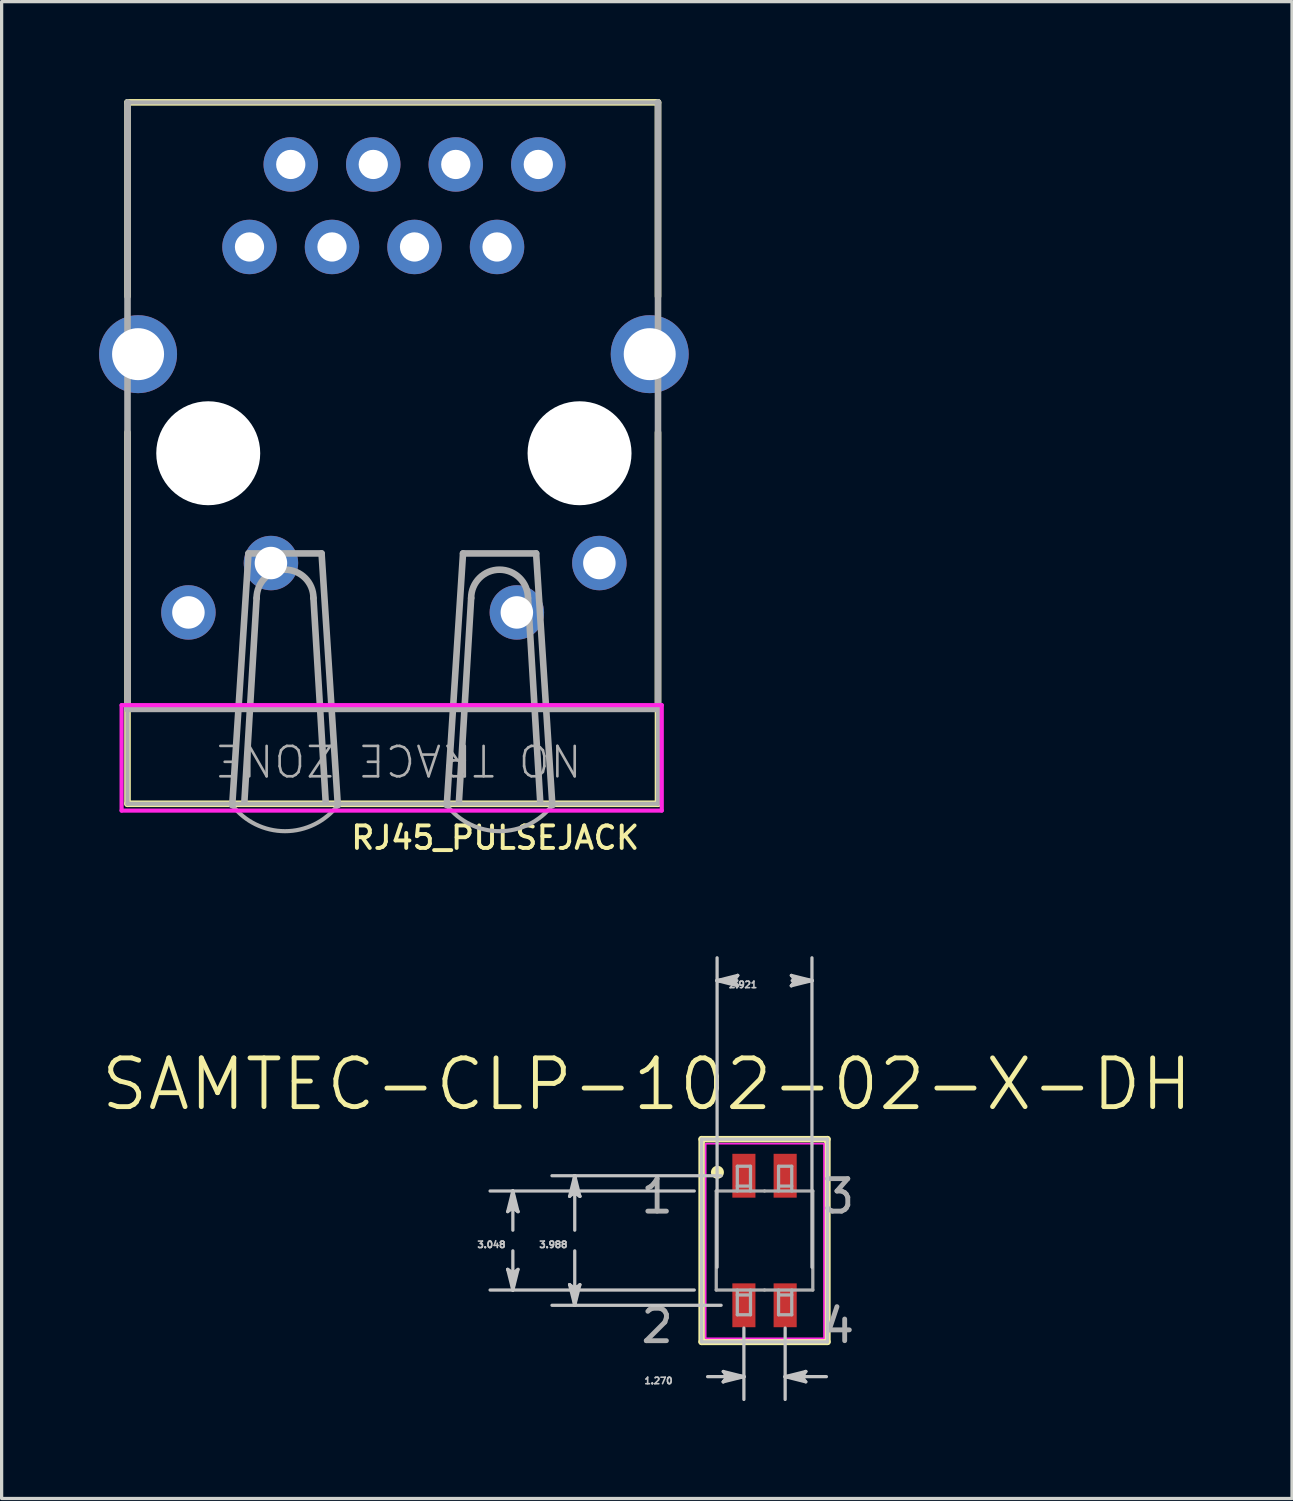
<source format=kicad_pcb>
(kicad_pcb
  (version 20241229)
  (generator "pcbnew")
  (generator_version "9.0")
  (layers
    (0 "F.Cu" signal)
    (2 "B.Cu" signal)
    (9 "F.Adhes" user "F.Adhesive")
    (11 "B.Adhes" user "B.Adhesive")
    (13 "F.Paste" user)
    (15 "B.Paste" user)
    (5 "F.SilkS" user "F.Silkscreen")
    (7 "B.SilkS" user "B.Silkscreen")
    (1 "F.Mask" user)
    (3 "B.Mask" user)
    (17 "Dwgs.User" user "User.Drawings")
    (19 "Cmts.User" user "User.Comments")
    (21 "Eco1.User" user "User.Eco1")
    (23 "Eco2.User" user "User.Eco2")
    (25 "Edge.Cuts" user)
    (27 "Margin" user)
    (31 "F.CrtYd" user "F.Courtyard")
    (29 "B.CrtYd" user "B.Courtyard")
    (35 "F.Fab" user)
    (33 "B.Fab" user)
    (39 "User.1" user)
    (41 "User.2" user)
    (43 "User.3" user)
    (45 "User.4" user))
  (footprint "RJ45_PULSEJACK"
    (layer "F.Cu")
    (at 9.075 11.702)
    (property "Reference" "RJ45_PULSEJACK" (at 7.62 10.63 0) (unlocked yes) (layer "F.SilkS") (effects (font (size 0.693 0.693) (thickness 0.12)) (justify right top)))
    (fp_line (start -8.2 -5.63) (end -8.2 -11.6) (stroke (width 0.203) (type solid)) (layer "F.SilkS"))
    (fp_line (start -8.2 7.07) (end -8.2 -1.44) (stroke (width 0.203) (type solid)) (layer "F.SilkS"))
    (fp_line (start -8.2 9.99) (end -8.2 7.07) (stroke (width 0.203) (type solid)) (layer "F.SilkS"))
    (fp_line (start 8.13 -11.6) (end -8.2 -11.6) (stroke (width 0.203) (type solid)) (layer "F.SilkS"))
    (fp_line (start 8.13 -5.63) (end 8.13 -11.6) (stroke (width 0.203) (type solid)) (layer "F.SilkS"))
    (fp_line (start 8.13 7.07) (end 8.13 -1.44) (stroke (width 0.203) (type solid)) (layer "F.SilkS"))
    (fp_line (start 8.13 9.99) (end -8.2 9.99) (stroke (width 0.203) (type solid)) (layer "F.SilkS"))
    (fp_line (start 8.13 9.99) (end 8.13 7.07) (stroke (width 0.203) (type solid)) (layer "F.SilkS"))
    (fp_line (start -8.382 6.954) (end 8.246 6.954) (stroke (width 0.127) (type solid)) (layer "F.CrtYd"))
    (fp_line (start -8.382 10.2) (end -8.382 6.954) (stroke (width 0.127) (type solid)) (layer "F.CrtYd"))
    (fp_line (start 8.246 6.954) (end 8.246 10.2) (stroke (width 0.127) (type solid)) (layer "F.CrtYd"))
    (fp_line (start 8.246 10.2) (end -8.382 10.2) (stroke (width 0.127) (type solid)) (layer "F.CrtYd"))
    (fp_line (start -8.2 7.07) (end -8.2 -11.6) (stroke (width 0.203) (type solid)) (layer "F.Fab"))
    (fp_line (start -8.2 9.99) (end -8.2 7.07) (stroke (width 0.127) (type solid)) (layer "F.Fab"))
    (fp_line (start -4.976 10.034) (end -4.476 2.284) (stroke (width 0.203) (type solid)) (layer "F.Fab"))
    (fp_line (start -4.601 9.909) (end -4.226 3.659) (stroke (width 0.203) (type solid)) (layer "F.Fab"))
    (fp_line (start -4.476 2.284) (end -2.226 2.284) (stroke (width 0.203) (type solid)) (layer "F.Fab"))
    (fp_line (start -2.101 9.909) (end -2.476 3.659) (stroke (width 0.203) (type solid)) (layer "F.Fab"))
    (fp_line (start -1.726 10.034) (end -2.226 2.284) (stroke (width 0.203) (type solid)) (layer "F.Fab"))
    (fp_line (start 1.628 10.034) (end 2.128 2.284) (stroke (width 0.203) (type solid)) (layer "F.Fab"))
    (fp_line (start 2.003 9.909) (end 2.378 3.659) (stroke (width 0.203) (type solid)) (layer "F.Fab"))
    (fp_line (start 2.128 2.284) (end 4.378 2.284) (stroke (width 0.203) (type solid)) (layer "F.Fab"))
    (fp_line (start 4.503 9.909) (end 4.128 3.659) (stroke (width 0.203) (type solid)) (layer "F.Fab"))
    (fp_line (start 4.878 10.034) (end 4.378 2.284) (stroke (width 0.203) (type solid)) (layer "F.Fab"))
    (fp_line (start 8.13 -11.6) (end -8.2 -11.6) (stroke (width 0.127) (type solid)) (layer "F.Fab"))
    (fp_line (start 8.13 7.07) (end -8.2 7.07) (stroke (width 0.203) (type solid)) (layer "F.Fab"))
    (fp_line (start 8.13 7.07) (end 8.13 -11.6) (stroke (width 0.203) (type solid)) (layer "F.Fab"))
    (fp_line (start 8.13 9.99) (end -8.2 9.99) (stroke (width 0.127) (type solid)) (layer "F.Fab"))
    (fp_line (start 8.13 9.99) (end 8.13 7.07) (stroke (width 0.127) (type solid)) (layer "F.Fab"))
    (fp_arc (start -4.226 3.659) (mid -3.351 2.784) (end -2.476 3.659) (stroke (width 0.2032) (type solid)) (layer "F.Fab"))
    (fp_arc (start -1.726 10.034) (mid -3.351 10.834152) (end -4.976 10.034) (stroke (width 0.127) (type solid)) (layer "F.Fab"))
    (fp_arc (start 2.378 3.659) (mid 3.253 2.784) (end 4.128 3.659) (stroke (width 0.2032) (type solid)) (layer "F.Fab"))
    (fp_arc (start 4.878 10.034) (mid 3.253 10.834152) (end 1.628 10.034) (stroke (width 0.127) (type solid)) (layer "F.Fab"))
    (fp_text user "NO TRACE ZONE" (at 5.842 8.09 180) (unlocked yes) (layer "F.Fab") (effects (font (size 0.935 0.935) (thickness 0.081)) (justify left bottom)))
    (pad "" np_thru_hole circle (at -5.715 -0.8 180) (size 3.2 3.2) (drill 3.2) (layers "*.Cu" "*.Mask"))
    (pad "" np_thru_hole circle (at 5.715 -0.8 180) (size 3.2 3.2) (drill 3.2) (layers "*.Cu" "*.Mask"))
    (pad "L1" thru_hole circle (at 6.325 2.58 180) (size 1.676 1.676) (drill 1) (layers "*.Cu" "*.Mask"))
    (pad "L2" thru_hole circle (at 3.785 4.1 180) (size 1.676 1.676) (drill 1) (layers "*.Cu" "*.Mask"))
    (pad "L3" thru_hole circle (at -3.785 2.58 180) (size 1.676 1.676) (drill 1) (layers "*.Cu" "*.Mask"))
    (pad "L4" thru_hole circle (at -6.325 4.1 180) (size 1.676 1.676) (drill 1) (layers "*.Cu" "*.Mask"))
    (pad "P$5" thru_hole circle (at 7.875 -3.85 180) (size 2.4 2.4) (drill 1.6) (layers "*.Cu" "*.Mask"))
    (pad "P$6" thru_hole circle (at -7.875 -3.85 180) (size 2.4 2.4) (drill 1.6) (layers "*.Cu" "*.Mask"))
    (pad "R1" thru_hole circle (at -4.445 -7.15 180) (size 1.676 1.676) (drill 0.9) (layers "*.Cu" "*.Mask"))
    (pad "R2" thru_hole circle (at -3.175 -9.69 180) (size 1.676 1.676) (drill 0.9) (layers "*.Cu" "*.Mask"))
    (pad "R3" thru_hole circle (at -1.905 -7.15 180) (size 1.676 1.676) (drill 0.9) (layers "*.Cu" "*.Mask"))
    (pad "R4" thru_hole circle (at -0.635 -9.69 180) (size 1.676 1.676) (drill 0.9) (layers "*.Cu" "*.Mask"))
    (pad "R5" thru_hole circle (at 0.635 -7.15 180) (size 1.676 1.676) (drill 0.9) (layers "*.Cu" "*.Mask"))
    (pad "R6" thru_hole circle (at 1.905 -9.69 180) (size 1.676 1.676) (drill 0.9) (layers "*.Cu" "*.Mask"))
    (pad "R7" thru_hole circle (at 3.175 -7.15 180) (size 1.676 1.676) (drill 0.9) (layers "*.Cu" "*.Mask"))
    (pad "R8" thru_hole circle (at 4.445 -9.69 180) (size 1.676 1.676) (drill 0.9) (layers "*.Cu" "*.Mask")))
  (footprint "SAMTEC-CLP-102-02-X-DH"
    (layer "F.Cu")
    (at 20.484 35.136)
    (property "Reference" "SAMTEC-CLP-102-02-X-DH" (at -3.623 -4.808 0) (layer "F.SilkS") (effects (font (size 1.5 1.5) (thickness 0.15))))
    (attr smd)
    (fp_poly (pts (xy -1.042 -2.72) (xy -0.229 -2.72) (xy -0.229 -1.268) (xy -1.042 -1.268)) (stroke (width 0.01) (type solid)) (fill yes) (layer "F.Mask"))
    (fp_poly (pts (xy -1.042 1.268) (xy -0.229 1.268) (xy -0.229 2.72) (xy -1.042 2.72)) (stroke (width 0.01) (type solid)) (fill yes) (layer "F.Mask"))
    (fp_poly (pts (xy 0.228 -2.72) (xy 1.041 -2.72) (xy 1.041 -1.268) (xy 0.228 -1.268)) (stroke (width 0.01) (type solid)) (fill yes) (layer "F.Mask"))
    (fp_poly (pts (xy 0.228 1.268) (xy 1.041 1.268) (xy 1.041 2.72) (xy 0.228 2.72)) (stroke (width 0.01) (type solid)) (fill yes) (layer "F.Mask"))
    (fp_line (start -1.936 -3.12) (end -1.936 3.12) (stroke (width 0.2) (type solid)) (layer "F.SilkS"))
    (fp_line (start -1.936 3.12) (end 1.936 3.12) (stroke (width 0.2) (type solid)) (layer "F.SilkS"))
    (fp_line (start 1.936 -3.12) (end -1.936 -3.12) (stroke (width 0.2) (type solid)) (layer "F.SilkS"))
    (fp_line (start 1.936 3.12) (end 1.936 -3.12) (stroke (width 0.2) (type solid)) (layer "F.SilkS"))
    (fp_circle (center -1.45 -2.1) (end -1.3 -2.1) (stroke (width 0.1) (type solid)) (fill yes) (layer "F.SilkS"))
    (fp_poly (pts (xy -0.991 -2.669) (xy -0.28 -2.669) (xy -0.28 -1.319) (xy -0.991 -1.319)) (stroke (width 0.01) (type solid)) (fill yes) (layer "F.Paste"))
    (fp_poly (pts (xy -0.991 1.319) (xy -0.28 1.319) (xy -0.28 2.669) (xy -0.991 2.669)) (stroke (width 0.01) (type solid)) (fill yes) (layer "F.Paste"))
    (fp_poly (pts (xy 0.279 -2.669) (xy 0.99 -2.669) (xy 0.99 -1.319) (xy 0.279 -1.319)) (stroke (width 0.01) (type solid)) (fill yes) (layer "F.Paste"))
    (fp_poly (pts (xy 0.279 1.319) (xy 0.99 1.319) (xy 0.99 2.669) (xy 0.279 2.669)) (stroke (width 0.01) (type solid)) (fill yes) (layer "F.Paste"))
    (fp_line (start -7.906 -0.889) (end -7.747 -1.016) (stroke (width 0.1) (type solid)) (layer "Dwgs.User"))
    (fp_line (start -7.906 0.889) (end -7.747 1.524) (stroke (width 0.1) (type solid)) (layer "Dwgs.User"))
    (fp_line (start -7.826 -0.952) (end -7.747 -1.016) (stroke (width 0.1) (type solid)) (layer "Dwgs.User"))
    (fp_line (start -7.826 0.952) (end -7.906 0.889) (stroke (width 0.1) (type solid)) (layer "Dwgs.User"))
    (fp_line (start -7.747 -1.524) (end -7.906 -0.889) (stroke (width 0.1) (type solid)) (layer "Dwgs.User"))
    (fp_line (start -7.747 -1.524) (end -7.826 -0.952) (stroke (width 0.1) (type solid)) (layer "Dwgs.User"))
    (fp_line (start -7.747 -1.524) (end -7.668 -0.952) (stroke (width 0.1) (type solid)) (layer "Dwgs.User"))
    (fp_line (start -7.747 -1.016) (end -7.747 -1.524) (stroke (width 0.1) (type solid)) (layer "Dwgs.User"))
    (fp_line (start -7.747 -1.016) (end -7.588 -0.889) (stroke (width 0.1) (type solid)) (layer "Dwgs.User"))
    (fp_line (start -7.747 -0.318) (end -7.747 -1.524) (stroke (width 0.1) (type solid)) (layer "Dwgs.User"))
    (fp_line (start -7.747 0.318) (end -7.747 1.524) (stroke (width 0.1) (type solid)) (layer "Dwgs.User"))
    (fp_line (start -7.747 1.016) (end -7.906 0.889) (stroke (width 0.1) (type solid)) (layer "Dwgs.User"))
    (fp_line (start -7.747 1.016) (end -7.747 1.524) (stroke (width 0.1) (type solid)) (layer "Dwgs.User"))
    (fp_line (start -7.747 1.524) (end -7.826 0.952) (stroke (width 0.1) (type solid)) (layer "Dwgs.User"))
    (fp_line (start -7.747 1.524) (end -7.668 0.952) (stroke (width 0.1) (type solid)) (layer "Dwgs.User"))
    (fp_line (start -7.747 1.524) (end -7.588 0.889) (stroke (width 0.1) (type solid)) (layer "Dwgs.User"))
    (fp_line (start -7.668 -0.952) (end -7.588 -0.889) (stroke (width 0.1) (type solid)) (layer "Dwgs.User"))
    (fp_line (start -7.668 0.952) (end -7.747 1.016) (stroke (width 0.1) (type solid)) (layer "Dwgs.User"))
    (fp_line (start -7.588 -0.889) (end -7.747 -1.524) (stroke (width 0.1) (type solid)) (layer "Dwgs.User"))
    (fp_line (start -7.588 0.889) (end -7.747 1.016) (stroke (width 0.1) (type solid)) (layer "Dwgs.User"))
    (fp_line (start -6.001 -1.359) (end -5.842 -1.486) (stroke (width 0.1) (type solid)) (layer "Dwgs.User"))
    (fp_line (start -6.001 1.359) (end -5.842 1.994) (stroke (width 0.1) (type solid)) (layer "Dwgs.User"))
    (fp_line (start -5.921 -1.422) (end -5.842 -1.486) (stroke (width 0.1) (type solid)) (layer "Dwgs.User"))
    (fp_line (start -5.921 1.422) (end -6.001 1.359) (stroke (width 0.1) (type solid)) (layer "Dwgs.User"))
    (fp_line (start -5.842 -1.994) (end -6.001 -1.359) (stroke (width 0.1) (type solid)) (layer "Dwgs.User"))
    (fp_line (start -5.842 -1.994) (end -5.921 -1.422) (stroke (width 0.1) (type solid)) (layer "Dwgs.User"))
    (fp_line (start -5.842 -1.994) (end -5.763 -1.422) (stroke (width 0.1) (type solid)) (layer "Dwgs.User"))
    (fp_line (start -5.842 -1.486) (end -5.842 -1.994) (stroke (width 0.1) (type solid)) (layer "Dwgs.User"))
    (fp_line (start -5.842 -1.486) (end -5.683 -1.359) (stroke (width 0.1) (type solid)) (layer "Dwgs.User"))
    (fp_line (start -5.842 -0.318) (end -5.842 -1.994) (stroke (width 0.1) (type solid)) (layer "Dwgs.User"))
    (fp_line (start -5.842 0.318) (end -5.842 1.994) (stroke (width 0.1) (type solid)) (layer "Dwgs.User"))
    (fp_line (start -5.842 1.486) (end -6.001 1.359) (stroke (width 0.1) (type solid)) (layer "Dwgs.User"))
    (fp_line (start -5.842 1.486) (end -5.842 1.994) (stroke (width 0.1) (type solid)) (layer "Dwgs.User"))
    (fp_line (start -5.842 1.994) (end -5.921 1.422) (stroke (width 0.1) (type solid)) (layer "Dwgs.User"))
    (fp_line (start -5.842 1.994) (end -5.763 1.422) (stroke (width 0.1) (type solid)) (layer "Dwgs.User"))
    (fp_line (start -5.842 1.994) (end -5.683 1.359) (stroke (width 0.1) (type solid)) (layer "Dwgs.User"))
    (fp_line (start -5.763 -1.422) (end -5.683 -1.359) (stroke (width 0.1) (type solid)) (layer "Dwgs.User"))
    (fp_line (start -5.763 1.422) (end -5.842 1.486) (stroke (width 0.1) (type solid)) (layer "Dwgs.User"))
    (fp_line (start -5.683 -1.359) (end -5.842 -1.994) (stroke (width 0.1) (type solid)) (layer "Dwgs.User"))
    (fp_line (start -5.683 1.359) (end -5.842 1.486) (stroke (width 0.1) (type solid)) (layer "Dwgs.User"))
    (fp_line (start -2.162 -1.524) (end -8.448 -1.524) (stroke (width 0.1) (type solid)) (layer "Dwgs.User"))
    (fp_line (start -2.162 1.524) (end -8.448 1.524) (stroke (width 0.1) (type solid)) (layer "Dwgs.User"))
    (fp_line (start -1.936 -3.12) (end -1.936 3.12) (stroke (width 0.1) (type solid)) (layer "Dwgs.User"))
    (fp_line (start -1.936 3.12) (end 1.936 3.12) (stroke (width 0.1) (type solid)) (layer "Dwgs.User"))
    (fp_line (start -1.753 4.191) (end -0.635 4.191) (stroke (width 0.1) (type solid)) (layer "Dwgs.User"))
    (fp_line (start -1.46 -8.001) (end -0.889 -8.08) (stroke (width 0.1) (type solid)) (layer "Dwgs.User"))
    (fp_line (start -1.46 -8.001) (end -0.889 -7.922) (stroke (width 0.1) (type solid)) (layer "Dwgs.User"))
    (fp_line (start -1.46 -8.001) (end -0.826 -7.842) (stroke (width 0.1) (type solid)) (layer "Dwgs.User"))
    (fp_line (start -1.46 0.823) (end -1.46 -8.702) (stroke (width 0.1) (type solid)) (layer "Dwgs.User"))
    (fp_line (start -1.336 -1.994) (end -6.543 -1.994) (stroke (width 0.1) (type solid)) (layer "Dwgs.User"))
    (fp_line (start -1.336 1.994) (end -6.543 1.994) (stroke (width 0.1) (type solid)) (layer "Dwgs.User"))
    (fp_line (start -1.27 4.032) (end -1.143 4.191) (stroke (width 0.1) (type solid)) (layer "Dwgs.User"))
    (fp_line (start -1.27 4.35) (end -0.635 4.191) (stroke (width 0.1) (type solid)) (layer "Dwgs.User"))
    (fp_line (start -1.206 4.112) (end -1.143 4.191) (stroke (width 0.1) (type solid)) (layer "Dwgs.User"))
    (fp_line (start -1.206 4.27) (end -1.27 4.35) (stroke (width 0.1) (type solid)) (layer "Dwgs.User"))
    (fp_line (start -1.143 4.191) (end -1.27 4.35) (stroke (width 0.1) (type solid)) (layer "Dwgs.User"))
    (fp_line (start -1.143 4.191) (end -0.635 4.191) (stroke (width 0.1) (type solid)) (layer "Dwgs.User"))
    (fp_line (start -0.952 -8.001) (end -1.46 -8.001) (stroke (width 0.1) (type solid)) (layer "Dwgs.User"))
    (fp_line (start -0.952 -8.001) (end -0.826 -8.16) (stroke (width 0.1) (type solid)) (layer "Dwgs.User"))
    (fp_line (start -0.889 -8.08) (end -0.826 -8.16) (stroke (width 0.1) (type solid)) (layer "Dwgs.User"))
    (fp_line (start -0.889 -7.922) (end -0.952 -8.001) (stroke (width 0.1) (type solid)) (layer "Dwgs.User"))
    (fp_line (start -0.851 -8.001) (end -1.46 -8.001) (stroke (width 0.1) (type solid)) (layer "Dwgs.User"))
    (fp_line (start -0.826 -8.16) (end -1.46 -8.001) (stroke (width 0.1) (type solid)) (layer "Dwgs.User"))
    (fp_line (start -0.826 -7.842) (end -0.952 -8.001) (stroke (width 0.1) (type solid)) (layer "Dwgs.User"))
    (fp_line (start -0.635 2.695) (end -0.635 4.892) (stroke (width 0.1) (type solid)) (layer "Dwgs.User"))
    (fp_line (start -0.635 4.191) (end -1.27 4.032) (stroke (width 0.1) (type solid)) (layer "Dwgs.User"))
    (fp_line (start -0.635 4.191) (end -1.206 4.112) (stroke (width 0.1) (type solid)) (layer "Dwgs.User"))
    (fp_line (start -0.635 4.191) (end -1.206 4.27) (stroke (width 0.1) (type solid)) (layer "Dwgs.User"))
    (fp_line (start 0.635 2.695) (end 0.635 4.892) (stroke (width 0.1) (type solid)) (layer "Dwgs.User"))
    (fp_line (start 0.635 4.191) (end 1.206 4.112) (stroke (width 0.1) (type solid)) (layer "Dwgs.User"))
    (fp_line (start 0.635 4.191) (end 1.206 4.27) (stroke (width 0.1) (type solid)) (layer "Dwgs.User"))
    (fp_line (start 0.635 4.191) (end 1.27 4.35) (stroke (width 0.1) (type solid)) (layer "Dwgs.User"))
    (fp_line (start 0.826 -8.16) (end 0.952 -8.001) (stroke (width 0.1) (type solid)) (layer "Dwgs.User"))
    (fp_line (start 0.826 -7.842) (end 1.46 -8.001) (stroke (width 0.1) (type solid)) (layer "Dwgs.User"))
    (fp_line (start 0.851 -8.001) (end 1.46 -8.001) (stroke (width 0.1) (type solid)) (layer "Dwgs.User"))
    (fp_line (start 0.889 -8.08) (end 0.952 -8.001) (stroke (width 0.1) (type solid)) (layer "Dwgs.User"))
    (fp_line (start 0.889 -7.922) (end 0.826 -7.842) (stroke (width 0.1) (type solid)) (layer "Dwgs.User"))
    (fp_line (start 0.952 -8.001) (end 0.826 -7.842) (stroke (width 0.1) (type solid)) (layer "Dwgs.User"))
    (fp_line (start 0.952 -8.001) (end 1.46 -8.001) (stroke (width 0.1) (type solid)) (layer "Dwgs.User"))
    (fp_line (start 1.143 4.191) (end 0.635 4.191) (stroke (width 0.1) (type solid)) (layer "Dwgs.User"))
    (fp_line (start 1.143 4.191) (end 1.27 4.032) (stroke (width 0.1) (type solid)) (layer "Dwgs.User"))
    (fp_line (start 1.206 4.112) (end 1.27 4.032) (stroke (width 0.1) (type solid)) (layer "Dwgs.User"))
    (fp_line (start 1.206 4.27) (end 1.143 4.191) (stroke (width 0.1) (type solid)) (layer "Dwgs.User"))
    (fp_line (start 1.27 4.032) (end 0.635 4.191) (stroke (width 0.1) (type solid)) (layer "Dwgs.User"))
    (fp_line (start 1.27 4.35) (end 1.143 4.191) (stroke (width 0.1) (type solid)) (layer "Dwgs.User"))
    (fp_line (start 1.46 -8.001) (end 0.826 -8.16) (stroke (width 0.1) (type solid)) (layer "Dwgs.User"))
    (fp_line (start 1.46 -8.001) (end 0.889 -8.08) (stroke (width 0.1) (type solid)) (layer "Dwgs.User"))
    (fp_line (start 1.46 -8.001) (end 0.889 -7.922) (stroke (width 0.1) (type solid)) (layer "Dwgs.User"))
    (fp_line (start 1.46 0.823) (end 1.46 -8.702) (stroke (width 0.1) (type solid)) (layer "Dwgs.User"))
    (fp_line (start 1.905 4.191) (end 0.635 4.191) (stroke (width 0.1) (type solid)) (layer "Dwgs.User"))
    (fp_line (start 1.936 -3.12) (end -1.936 -3.12) (stroke (width 0.1) (type solid)) (layer "Dwgs.User"))
    (fp_line (start 1.936 3.12) (end 1.936 -3.12) (stroke (width 0.1) (type solid)) (layer "Dwgs.User"))
    (fp_rect (start -1.81 -2.98) (end 1.83 3.01) (stroke (width 0.05) (type default)) (fill no) (layer "F.CrtYd"))
    (fp_line (start -1.486 -1.524) (end -1.486 1.524) (stroke (width 0.1) (type solid)) (layer "F.Fab"))
    (fp_line (start -1.486 1.524) (end 0 1.524) (stroke (width 0.1) (type solid)) (layer "F.Fab"))
    (fp_line (start -0.838 -2.286) (end -0.838 -1.524) (stroke (width 0.1) (type solid)) (layer "F.Fab"))
    (fp_line (start -0.838 1.524) (end -0.838 2.286) (stroke (width 0.1) (type solid)) (layer "F.Fab"))
    (fp_line (start -0.838 1.676) (end -0.432 1.676) (stroke (width 0.1) (type solid)) (layer "F.Fab"))
    (fp_line (start -0.838 2.286) (end -0.432 2.286) (stroke (width 0.1) (type solid)) (layer "F.Fab"))
    (fp_line (start -0.432 -2.286) (end -0.838 -2.286) (stroke (width 0.1) (type solid)) (layer "F.Fab"))
    (fp_line (start -0.432 -1.676) (end -0.838 -1.676) (stroke (width 0.1) (type solid)) (layer "F.Fab"))
    (fp_line (start -0.432 -1.524) (end -0.432 -2.286) (stroke (width 0.1) (type solid)) (layer "F.Fab"))
    (fp_line (start -0.432 2.286) (end -0.432 1.524) (stroke (width 0.1) (type solid)) (layer "F.Fab"))
    (fp_line (start 0 -1.524) (end -1.486 -1.524) (stroke (width 0.1) (type solid)) (layer "F.Fab"))
    (fp_line (start 0 -1.524) (end 1.486 -1.524) (stroke (width 0.1) (type solid)) (layer "F.Fab"))
    (fp_line (start 0.432 -2.286) (end 0.432 -1.524) (stroke (width 0.1) (type solid)) (layer "F.Fab"))
    (fp_line (start 0.432 1.524) (end 0.432 2.286) (stroke (width 0.1) (type solid)) (layer "F.Fab"))
    (fp_line (start 0.432 1.676) (end 0.838 1.676) (stroke (width 0.1) (type solid)) (layer "F.Fab"))
    (fp_line (start 0.432 2.286) (end 0.838 2.286) (stroke (width 0.1) (type solid)) (layer "F.Fab"))
    (fp_line (start 0.838 -2.286) (end 0.432 -2.286) (stroke (width 0.1) (type solid)) (layer "F.Fab"))
    (fp_line (start 0.838 -1.676) (end 0.432 -1.676) (stroke (width 0.1) (type solid)) (layer "F.Fab"))
    (fp_line (start 0.838 -1.524) (end 0.838 -2.286) (stroke (width 0.1) (type solid)) (layer "F.Fab"))
    (fp_line (start 0.838 2.286) (end 0.838 1.524) (stroke (width 0.1) (type solid)) (layer "F.Fab"))
    (fp_line (start 1.486 -1.524) (end 1.486 1.524) (stroke (width 0.1) (type solid)) (layer "F.Fab"))
    (fp_line (start 1.486 1.524) (end 0 1.524) (stroke (width 0.1) (type solid)) (layer "F.Fab"))
    (fp_text user "3.048" (at -8.407 0.127 0) (layer "Dwgs.User") (effects (font (size 0.2 0.2) (thickness 0.15))))
    (fp_text user "1.270" (at -3.264 4.318 0) (layer "Dwgs.User") (effects (font (size 0.2 0.2) (thickness 0.15))))
    (fp_text user "2.921" (at -0.66 -7.874 0) (layer "Dwgs.User") (effects (font (size 0.2 0.2) (thickness 0.15))))
    (fp_text user "3.988" (at -6.502 0.127 0) (layer "Dwgs.User") (effects (font (size 0.2 0.2) (thickness 0.15))))
    (fp_text user "1" (at -3.306 -1.359 0) (layer "F.Fab") (effects (font (size 1 1) (thickness 0.15))))
    (fp_text user "4" (at 2.277 2.629 0) (layer "F.Fab") (effects (font (size 1 1) (thickness 0.15))))
    (fp_text user "3" (at 2.277 -1.359 0) (layer "F.Fab") (effects (font (size 1 1) (thickness 0.15))))
    (fp_text user "2" (at -3.306 2.629 0) (layer "F.Fab") (effects (font (size 1 1) (thickness 0.15))))
    (pad "1" smd rect (at -0.635 -1.994) (size 0.711 1.35) (layers "F.Cu" "F.Paste"))
    (pad "2" smd rect (at -0.635 1.994) (size 0.711 1.35) (layers "F.Cu" "F.Paste"))
    (pad "3" smd rect (at 0.635 -1.994) (size 0.711 1.35) (layers "F.Cu" "F.Paste"))
    (pad "4" smd rect (at 0.635 1.994) (size 0.711 1.35) (layers "F.Cu" "F.Paste")))
  (gr_rect
    (start -3 -3)
    (end 36.721 43.078)
    (stroke (width 0.1) (type default))
    (fill no)
    (layer "Edge.Cuts")))
</source>
